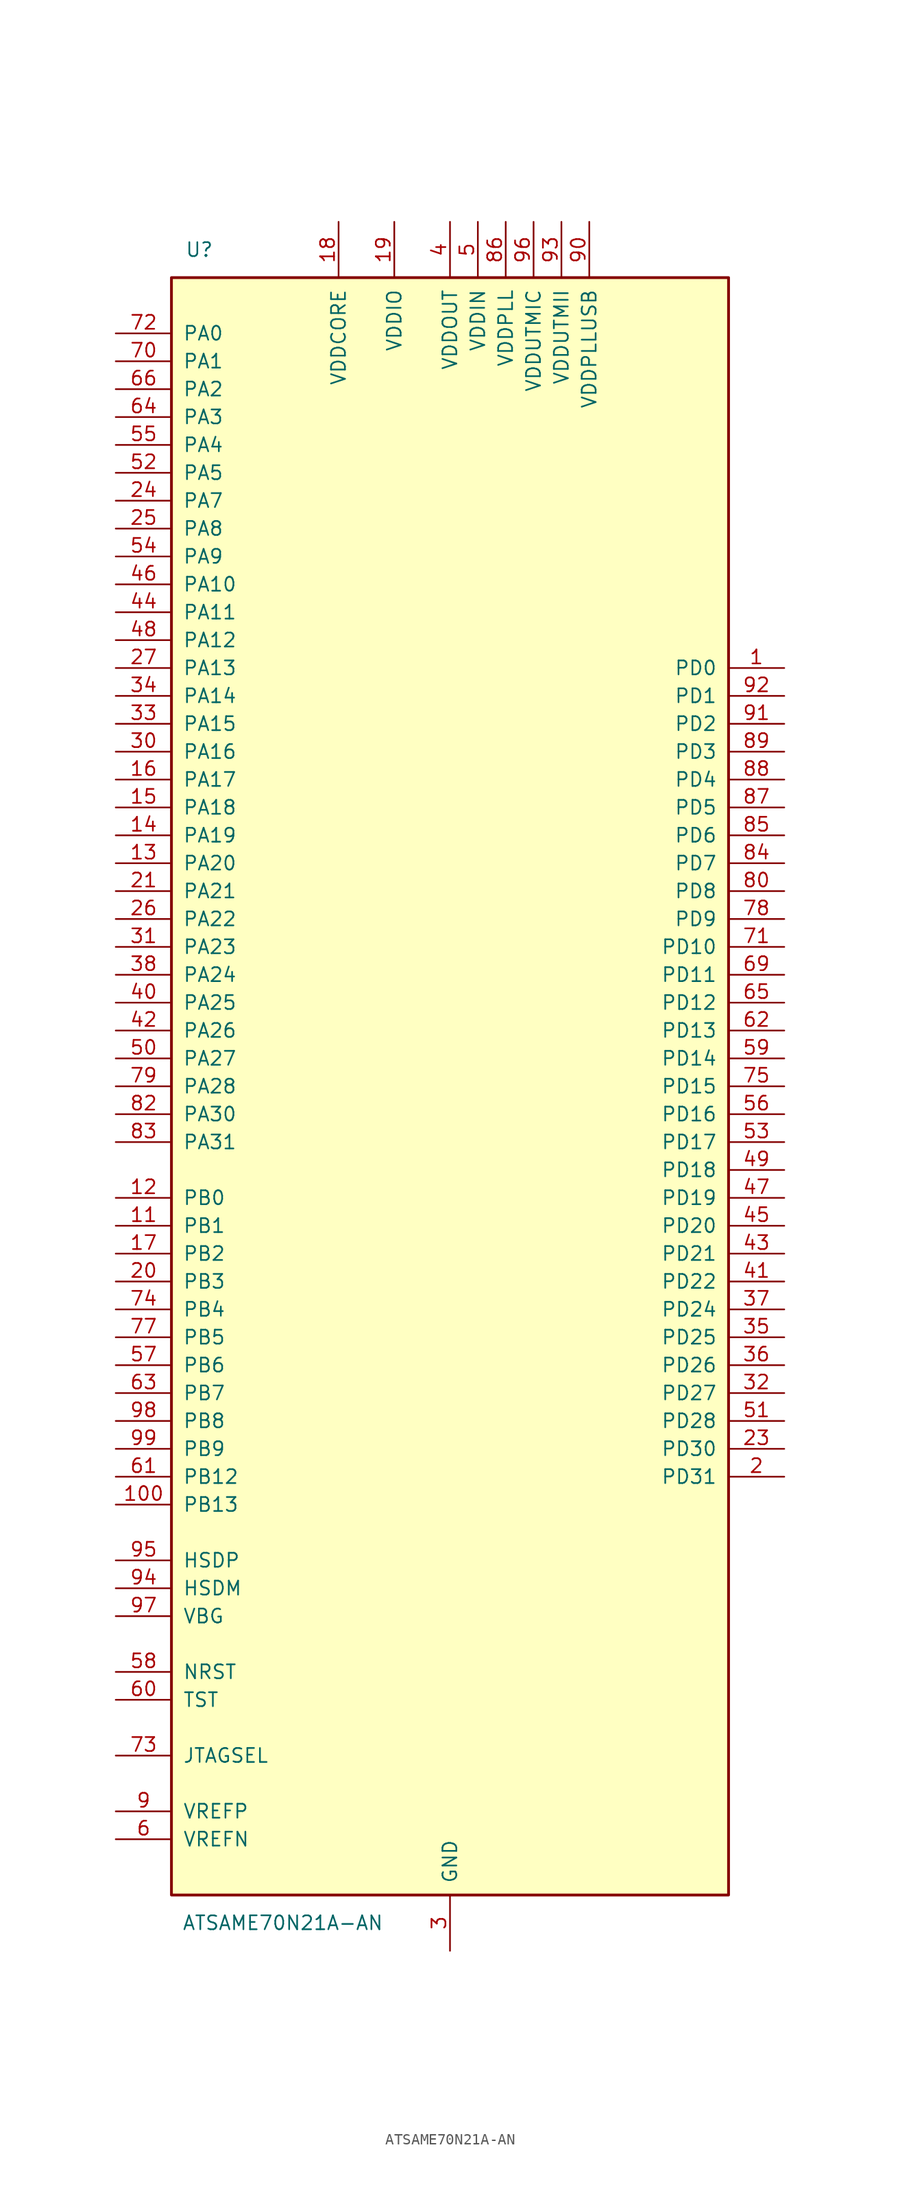
<source format=kicad_sym>
(kicad_symbol_lib
  (version 20201005)
  (generator kicad_symbol_editor)
  (symbol "ATSAME70N21A-AN"
    (pin_names
      (offset 1.016))
    (property "Reference" "U"
      (at -22.86 76.2 0)
      (effects (font (size 1.27 1.27))))
    (property "Value" "ATSAME70N21A-AN"
      (at -15.24 -76.2 0)
      (effects (font (size 1.27 1.27))))
    (symbol "ATSAME70N21A-AN_0_1"
      (rectangle (start 25.4 73.66) (end -25.4 -73.66) (stroke (width 0.254)) (fill (type background))))
    (symbol "ATSAME70N21A-AN_1_1"
      (pin bidirectional line (at 30.48 38.1 180) (length 5.08) (name "PD0" (effects (font (size 1.27 1.27)))) (number "1" (effects (font (size 1.27 1.27)))))
      (pin passive line (at 0 -78.74 90) (length 5.08) hide (name "GND" (effects (font (size 1.27 1.27)))) (number "10" (effects (font (size 1.27 1.27)))))
      (pin bidirectional line (at -30.48 -38.1 0) (length 5.08) (name "PB13" (effects (font (size 1.27 1.27)))) (number "100" (effects (font (size 1.27 1.27)))))
      (pin bidirectional line (at -30.48 -12.7 0) (length 5.08) (name "PB1" (effects (font (size 1.27 1.27)))) (number "11" (effects (font (size 1.27 1.27)))))
      (pin bidirectional line (at -30.48 -10.16 0) (length 5.08) (name "PB0" (effects (font (size 1.27 1.27)))) (number "12" (effects (font (size 1.27 1.27)))))
      (pin bidirectional line (at -30.48 20.32 0) (length 5.08) (name "PA20" (effects (font (size 1.27 1.27)))) (number "13" (effects (font (size 1.27 1.27)))))
      (pin bidirectional line (at -30.48 22.86 0) (length 5.08) (name "PA19" (effects (font (size 1.27 1.27)))) (number "14" (effects (font (size 1.27 1.27)))))
      (pin bidirectional line (at -30.48 25.4 0) (length 5.08) (name "PA18" (effects (font (size 1.27 1.27)))) (number "15" (effects (font (size 1.27 1.27)))))
      (pin bidirectional line (at -30.48 27.94 0) (length 5.08) (name "PA17" (effects (font (size 1.27 1.27)))) (number "16" (effects (font (size 1.27 1.27)))))
      (pin bidirectional line (at -30.48 -15.24 0) (length 5.08) (name "PB2" (effects (font (size 1.27 1.27)))) (number "17" (effects (font (size 1.27 1.27)))))
      (pin power_in line (at -10.16 78.74 270) (length 5.08) (name "VDDCORE" (effects (font (size 1.27 1.27)))) (number "18" (effects (font (size 1.27 1.27)))))
      (pin power_in line (at -5.08 78.74 270) (length 5.08) (name "VDDIO" (effects (font (size 1.27 1.27)))) (number "19" (effects (font (size 1.27 1.27)))))
      (pin bidirectional line (at 30.48 -35.56 180) (length 5.08) (name "PD31" (effects (font (size 1.27 1.27)))) (number "2" (effects (font (size 1.27 1.27)))))
      (pin bidirectional line (at -30.48 -17.78 0) (length 5.08) (name "PB3" (effects (font (size 1.27 1.27)))) (number "20" (effects (font (size 1.27 1.27)))))
      (pin bidirectional line (at -30.48 17.78 0) (length 5.08) (name "PA21" (effects (font (size 1.27 1.27)))) (number "21" (effects (font (size 1.27 1.27)))))
      (pin passive line (at -10.16 78.74 270) (length 5.08) hide (name "VDDCORE" (effects (font (size 1.27 1.27)))) (number "22" (effects (font (size 1.27 1.27)))))
      (pin bidirectional line (at 30.48 -33.02 180) (length 5.08) (name "PD30" (effects (font (size 1.27 1.27)))) (number "23" (effects (font (size 1.27 1.27)))))
      (pin bidirectional line (at -30.48 53.34 0) (length 5.08) (name "PA7" (effects (font (size 1.27 1.27)))) (number "24" (effects (font (size 1.27 1.27)))))
      (pin bidirectional line (at -30.48 50.8 0) (length 5.08) (name "PA8" (effects (font (size 1.27 1.27)))) (number "25" (effects (font (size 1.27 1.27)))))
      (pin bidirectional line (at -30.48 15.24 0) (length 5.08) (name "PA22" (effects (font (size 1.27 1.27)))) (number "26" (effects (font (size 1.27 1.27)))))
      (pin bidirectional line (at -30.48 38.1 0) (length 5.08) (name "PA13" (effects (font (size 1.27 1.27)))) (number "27" (effects (font (size 1.27 1.27)))))
      (pin passive line (at -5.08 78.74 270) (length 5.08) hide (name "VDDIO" (effects (font (size 1.27 1.27)))) (number "28" (effects (font (size 1.27 1.27)))))
      (pin passive line (at 0 -78.74 90) (length 5.08) hide (name "GND" (effects (font (size 1.27 1.27)))) (number "29" (effects (font (size 1.27 1.27)))))
      (pin power_in line (at 0 -78.74 90) (length 5.08) (name "GND" (effects (font (size 1.27 1.27)))) (number "3" (effects (font (size 1.27 1.27)))))
      (pin bidirectional line (at -30.48 30.48 0) (length 5.08) (name "PA16" (effects (font (size 1.27 1.27)))) (number "30" (effects (font (size 1.27 1.27)))))
      (pin bidirectional line (at -30.48 12.7 0) (length 5.08) (name "PA23" (effects (font (size 1.27 1.27)))) (number "31" (effects (font (size 1.27 1.27)))))
      (pin bidirectional line (at 30.48 -27.94 180) (length 5.08) (name "PD27" (effects (font (size 1.27 1.27)))) (number "32" (effects (font (size 1.27 1.27)))))
      (pin bidirectional line (at -30.48 33.02 0) (length 5.08) (name "PA15" (effects (font (size 1.27 1.27)))) (number "33" (effects (font (size 1.27 1.27)))))
      (pin bidirectional line (at -30.48 35.56 0) (length 5.08) (name "PA14" (effects (font (size 1.27 1.27)))) (number "34" (effects (font (size 1.27 1.27)))))
      (pin bidirectional line (at 30.48 -22.86 180) (length 5.08) (name "PD25" (effects (font (size 1.27 1.27)))) (number "35" (effects (font (size 1.27 1.27)))))
      (pin bidirectional line (at 30.48 -25.4 180) (length 5.08) (name "PD26" (effects (font (size 1.27 1.27)))) (number "36" (effects (font (size 1.27 1.27)))))
      (pin bidirectional line (at 30.48 -20.32 180) (length 5.08) (name "PD24" (effects (font (size 1.27 1.27)))) (number "37" (effects (font (size 1.27 1.27)))))
      (pin bidirectional line (at -30.48 10.16 0) (length 5.08) (name "PA24" (effects (font (size 1.27 1.27)))) (number "38" (effects (font (size 1.27 1.27)))))
      (pin passive line (at -10.16 78.74 270) (length 5.08) hide (name "VDDCORE" (effects (font (size 1.27 1.27)))) (number "39" (effects (font (size 1.27 1.27)))))
      (pin power_in line (at 0 78.74 270) (length 5.08) (name "VDDOUT" (effects (font (size 1.27 1.27)))) (number "4" (effects (font (size 1.27 1.27)))))
      (pin bidirectional line (at -30.48 7.62 0) (length 5.08) (name "PA25" (effects (font (size 1.27 1.27)))) (number "40" (effects (font (size 1.27 1.27)))))
      (pin bidirectional line (at 30.48 -17.78 180) (length 5.08) (name "PD22" (effects (font (size 1.27 1.27)))) (number "41" (effects (font (size 1.27 1.27)))))
      (pin bidirectional line (at -30.48 5.08 0) (length 5.08) (name "PA26" (effects (font (size 1.27 1.27)))) (number "42" (effects (font (size 1.27 1.27)))))
      (pin bidirectional line (at 30.48 -15.24 180) (length 5.08) (name "PD21" (effects (font (size 1.27 1.27)))) (number "43" (effects (font (size 1.27 1.27)))))
      (pin bidirectional line (at -30.48 43.18 0) (length 5.08) (name "PA11" (effects (font (size 1.27 1.27)))) (number "44" (effects (font (size 1.27 1.27)))))
      (pin bidirectional line (at 30.48 -12.7 180) (length 5.08) (name "PD20" (effects (font (size 1.27 1.27)))) (number "45" (effects (font (size 1.27 1.27)))))
      (pin bidirectional line (at -30.48 45.72 0) (length 5.08) (name "PA10" (effects (font (size 1.27 1.27)))) (number "46" (effects (font (size 1.27 1.27)))))
      (pin bidirectional line (at 30.48 -10.16 180) (length 5.08) (name "PD19" (effects (font (size 1.27 1.27)))) (number "47" (effects (font (size 1.27 1.27)))))
      (pin bidirectional line (at -30.48 40.64 0) (length 5.08) (name "PA12" (effects (font (size 1.27 1.27)))) (number "48" (effects (font (size 1.27 1.27)))))
      (pin bidirectional line (at 30.48 -7.62 180) (length 5.08) (name "PD18" (effects (font (size 1.27 1.27)))) (number "49" (effects (font (size 1.27 1.27)))))
      (pin power_in line (at 2.54 78.74 270) (length 5.08) (name "VDDIN" (effects (font (size 1.27 1.27)))) (number "5" (effects (font (size 1.27 1.27)))))
      (pin bidirectional line (at -30.48 2.54 0) (length 5.08) (name "PA27" (effects (font (size 1.27 1.27)))) (number "50" (effects (font (size 1.27 1.27)))))
      (pin bidirectional line (at 30.48 -30.48 180) (length 5.08) (name "PD28" (effects (font (size 1.27 1.27)))) (number "51" (effects (font (size 1.27 1.27)))))
      (pin bidirectional line (at -30.48 55.88 0) (length 5.08) (name "PA5" (effects (font (size 1.27 1.27)))) (number "52" (effects (font (size 1.27 1.27)))))
      (pin bidirectional line (at 30.48 -5.08 180) (length 5.08) (name "PD17" (effects (font (size 1.27 1.27)))) (number "53" (effects (font (size 1.27 1.27)))))
      (pin bidirectional line (at -30.48 48.26 0) (length 5.08) (name "PA9" (effects (font (size 1.27 1.27)))) (number "54" (effects (font (size 1.27 1.27)))))
      (pin bidirectional line (at -30.48 58.42 0) (length 5.08) (name "PA4" (effects (font (size 1.27 1.27)))) (number "55" (effects (font (size 1.27 1.27)))))
      (pin bidirectional line (at 30.48 -2.54 180) (length 5.08) (name "PD16" (effects (font (size 1.27 1.27)))) (number "56" (effects (font (size 1.27 1.27)))))
      (pin bidirectional line (at -30.48 -25.4 0) (length 5.08) (name "PB6" (effects (font (size 1.27 1.27)))) (number "57" (effects (font (size 1.27 1.27)))))
      (pin bidirectional line (at -30.48 -53.34 0) (length 5.08) (name "NRST" (effects (font (size 1.27 1.27)))) (number "58" (effects (font (size 1.27 1.27)))))
      (pin bidirectional line (at 30.48 2.54 180) (length 5.08) (name "PD14" (effects (font (size 1.27 1.27)))) (number "59" (effects (font (size 1.27 1.27)))))
      (pin input line (at -30.48 -68.58 0) (length 5.08) (name "VREFN" (effects (font (size 1.27 1.27)))) (number "6" (effects (font (size 1.27 1.27)))))
      (pin input line (at -30.48 -55.88 0) (length 5.08) (name "TST" (effects (font (size 1.27 1.27)))) (number "60" (effects (font (size 1.27 1.27)))))
      (pin bidirectional line (at -30.48 -35.56 0) (length 5.08) (name "PB12" (effects (font (size 1.27 1.27)))) (number "61" (effects (font (size 1.27 1.27)))))
      (pin bidirectional line (at 30.48 5.08 180) (length 5.08) (name "PD13" (effects (font (size 1.27 1.27)))) (number "62" (effects (font (size 1.27 1.27)))))
      (pin bidirectional line (at -30.48 -27.94 0) (length 5.08) (name "PB7" (effects (font (size 1.27 1.27)))) (number "63" (effects (font (size 1.27 1.27)))))
      (pin bidirectional line (at -30.48 60.96 0) (length 5.08) (name "PA3" (effects (font (size 1.27 1.27)))) (number "64" (effects (font (size 1.27 1.27)))))
      (pin bidirectional line (at 30.48 7.62 180) (length 5.08) (name "PD12" (effects (font (size 1.27 1.27)))) (number "65" (effects (font (size 1.27 1.27)))))
      (pin bidirectional line (at -30.48 63.5 0) (length 5.08) (name "PA2" (effects (font (size 1.27 1.27)))) (number "66" (effects (font (size 1.27 1.27)))))
      (pin passive line (at 0 -78.74 90) (length 5.08) hide (name "GND" (effects (font (size 1.27 1.27)))) (number "67" (effects (font (size 1.27 1.27)))))
      (pin passive line (at -5.08 78.74 270) (length 5.08) hide (name "VDDIO" (effects (font (size 1.27 1.27)))) (number "68" (effects (font (size 1.27 1.27)))))
      (pin bidirectional line (at 30.48 10.16 180) (length 5.08) (name "PD11" (effects (font (size 1.27 1.27)))) (number "69" (effects (font (size 1.27 1.27)))))
      (pin passive line (at 0 -78.74 90) (length 5.08) hide (name "GND" (effects (font (size 1.27 1.27)))) (number "7" (effects (font (size 1.27 1.27)))))
      (pin bidirectional line (at -30.48 66.04 0) (length 5.08) (name "PA1" (effects (font (size 1.27 1.27)))) (number "70" (effects (font (size 1.27 1.27)))))
      (pin bidirectional line (at 30.48 12.7 180) (length 5.08) (name "PD10" (effects (font (size 1.27 1.27)))) (number "71" (effects (font (size 1.27 1.27)))))
      (pin bidirectional line (at -30.48 68.58 0) (length 5.08) (name "PA0" (effects (font (size 1.27 1.27)))) (number "72" (effects (font (size 1.27 1.27)))))
      (pin input line (at -30.48 -60.96 0) (length 5.08) (name "JTAGSEL" (effects (font (size 1.27 1.27)))) (number "73" (effects (font (size 1.27 1.27)))))
      (pin bidirectional line (at -30.48 -20.32 0) (length 5.08) (name "PB4" (effects (font (size 1.27 1.27)))) (number "74" (effects (font (size 1.27 1.27)))))
      (pin bidirectional line (at 30.48 0 180) (length 5.08) (name "PD15" (effects (font (size 1.27 1.27)))) (number "75" (effects (font (size 1.27 1.27)))))
      (pin passive line (at -10.16 78.74 270) (length 5.08) hide (name "VDDCORE" (effects (font (size 1.27 1.27)))) (number "76" (effects (font (size 1.27 1.27)))))
      (pin bidirectional line (at -30.48 -22.86 0) (length 5.08) (name "PB5" (effects (font (size 1.27 1.27)))) (number "77" (effects (font (size 1.27 1.27)))))
      (pin bidirectional line (at 30.48 15.24 180) (length 5.08) (name "PD9" (effects (font (size 1.27 1.27)))) (number "78" (effects (font (size 1.27 1.27)))))
      (pin bidirectional line (at -30.48 0 0) (length 5.08) (name "PA28" (effects (font (size 1.27 1.27)))) (number "79" (effects (font (size 1.27 1.27)))))
      (pin passive line (at 0 -78.74 90) (length 5.08) hide (name "GND" (effects (font (size 1.27 1.27)))) (number "8" (effects (font (size 1.27 1.27)))))
      (pin bidirectional line (at 30.48 17.78 180) (length 5.08) (name "PD8" (effects (font (size 1.27 1.27)))) (number "80" (effects (font (size 1.27 1.27)))))
      (pin passive line (at -5.08 78.74 270) (length 5.08) hide (name "VDDIO" (effects (font (size 1.27 1.27)))) (number "81" (effects (font (size 1.27 1.27)))))
      (pin bidirectional line (at -30.48 -2.54 0) (length 5.08) (name "PA30" (effects (font (size 1.27 1.27)))) (number "82" (effects (font (size 1.27 1.27)))))
      (pin bidirectional line (at -30.48 -5.08 0) (length 5.08) (name "PA31" (effects (font (size 1.27 1.27)))) (number "83" (effects (font (size 1.27 1.27)))))
      (pin bidirectional line (at 30.48 20.32 180) (length 5.08) (name "PD7" (effects (font (size 1.27 1.27)))) (number "84" (effects (font (size 1.27 1.27)))))
      (pin bidirectional line (at 30.48 22.86 180) (length 5.08) (name "PD6" (effects (font (size 1.27 1.27)))) (number "85" (effects (font (size 1.27 1.27)))))
      (pin power_in line (at 5.08 78.74 270) (length 5.08) (name "VDDPLL" (effects (font (size 1.27 1.27)))) (number "86" (effects (font (size 1.27 1.27)))))
      (pin bidirectional line (at 30.48 25.4 180) (length 5.08) (name "PD5" (effects (font (size 1.27 1.27)))) (number "87" (effects (font (size 1.27 1.27)))))
      (pin bidirectional line (at 30.48 27.94 180) (length 5.08) (name "PD4" (effects (font (size 1.27 1.27)))) (number "88" (effects (font (size 1.27 1.27)))))
      (pin bidirectional line (at 30.48 30.48 180) (length 5.08) (name "PD3" (effects (font (size 1.27 1.27)))) (number "89" (effects (font (size 1.27 1.27)))))
      (pin input line (at -30.48 -66.04 0) (length 5.08) (name "VREFP" (effects (font (size 1.27 1.27)))) (number "9" (effects (font (size 1.27 1.27)))))
      (pin power_in line (at 12.7 78.74 270) (length 5.08) (name "VDDPLLUSB" (effects (font (size 1.27 1.27)))) (number "90" (effects (font (size 1.27 1.27)))))
      (pin bidirectional line (at 30.48 33.02 180) (length 5.08) (name "PD2" (effects (font (size 1.27 1.27)))) (number "91" (effects (font (size 1.27 1.27)))))
      (pin bidirectional line (at 30.48 35.56 180) (length 5.08) (name "PD1" (effects (font (size 1.27 1.27)))) (number "92" (effects (font (size 1.27 1.27)))))
      (pin power_in line (at 10.16 78.74 270) (length 5.08) (name "VDDUTMII" (effects (font (size 1.27 1.27)))) (number "93" (effects (font (size 1.27 1.27)))))
      (pin bidirectional line (at -30.48 -45.72 0) (length 5.08) (name "HSDM" (effects (font (size 1.27 1.27)))) (number "94" (effects (font (size 1.27 1.27)))))
      (pin bidirectional line (at -30.48 -43.18 0) (length 5.08) (name "HSDP" (effects (font (size 1.27 1.27)))) (number "95" (effects (font (size 1.27 1.27)))))
      (pin power_in line (at 7.62 78.74 270) (length 5.08) (name "VDDUTMIC" (effects (font (size 1.27 1.27)))) (number "96" (effects (font (size 1.27 1.27)))))
      (pin input line (at -30.48 -48.26 0) (length 5.08) (name "VBG" (effects (font (size 1.27 1.27)))) (number "97" (effects (font (size 1.27 1.27)))))
      (pin bidirectional line (at -30.48 -30.48 0) (length 5.08) (name "PB8" (effects (font (size 1.27 1.27)))) (number "98" (effects (font (size 1.27 1.27)))))
      (pin bidirectional line (at -30.48 -33.02 0) (length 5.08) (name "PB9" (effects (font (size 1.27 1.27)))) (number "99" (effects (font (size 1.27 1.27))))))))
</source>
